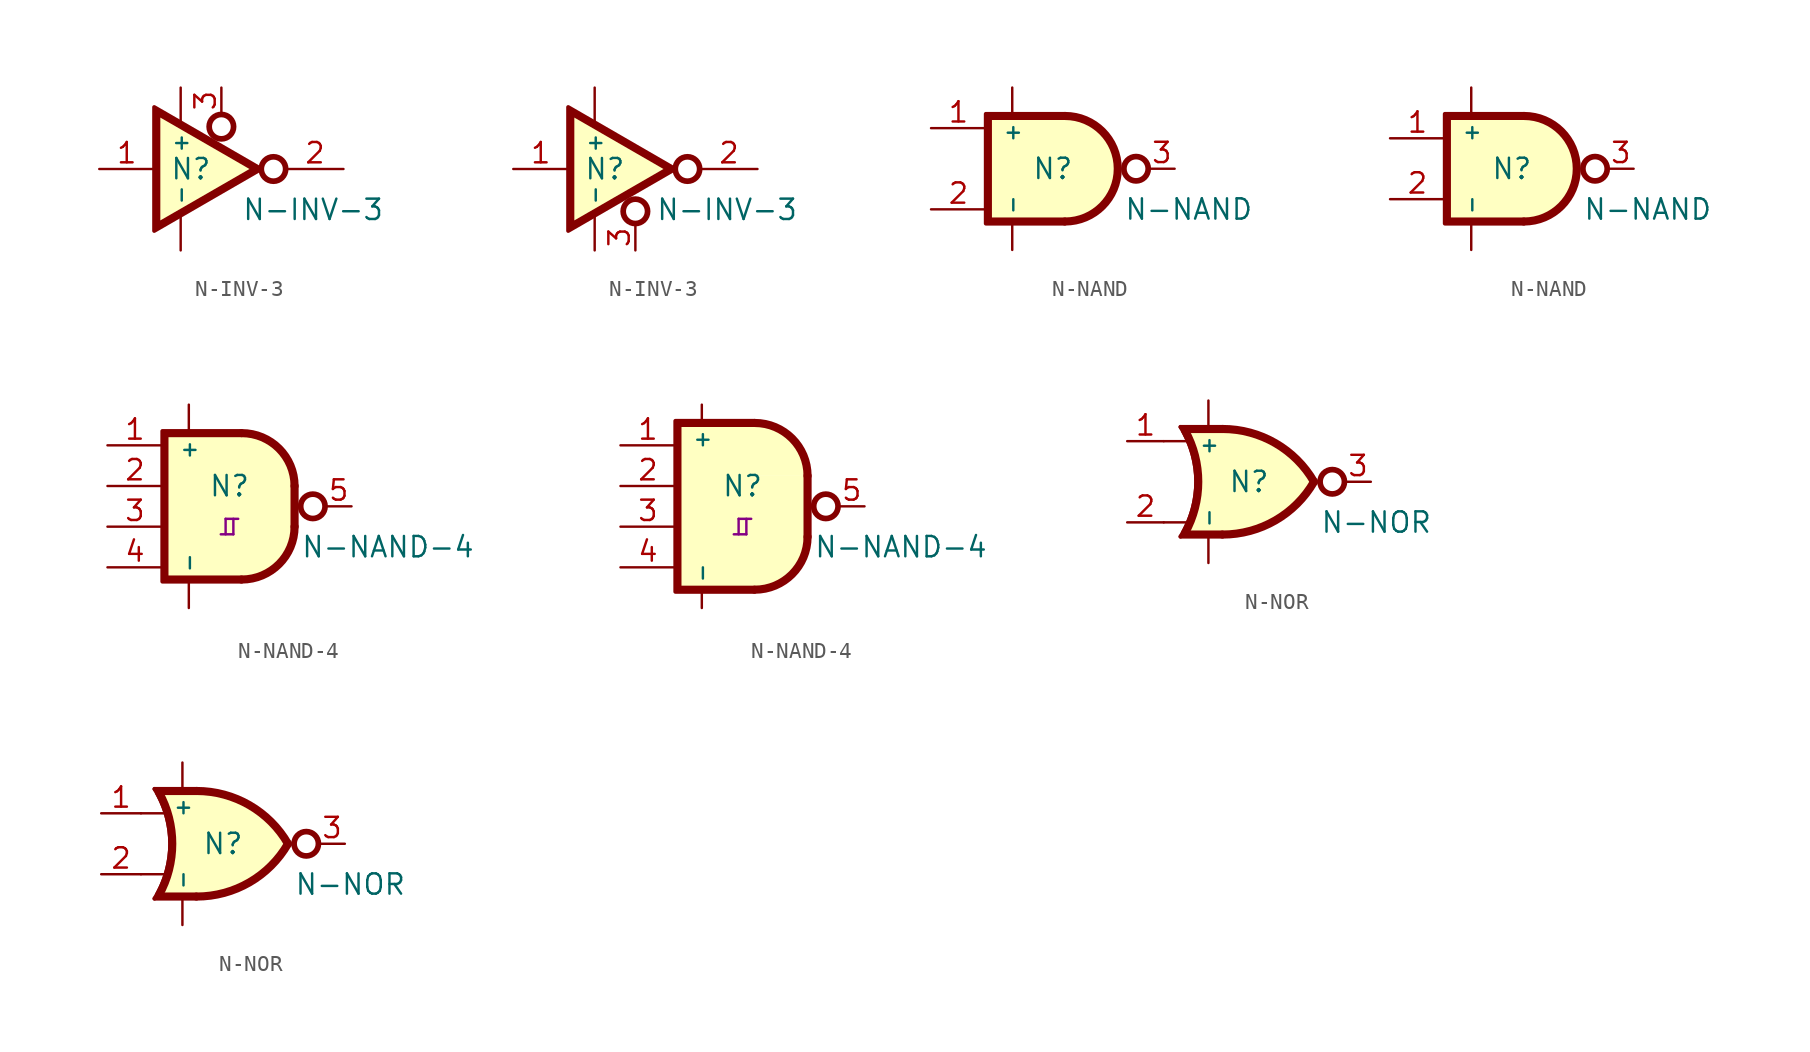
<source format=kicad_sym>
(kicad_symbol_lib
  (version 20211014)
  (generator kicad_symbol_editor)
  (symbol "N-INV-3"
    (pin_names
      (offset 0.635))
    (property "Reference" "N"
      (at -1.905 0 0)
      (effects (font (size 1.27 1.27))))
    (property "Value" "N-INV-3"
      (at 1.27 -2.54 0)
      (effects (font (size 1.27 1.27)) (justify left)))
    (symbol "N-INV-3_1_0"
      (polyline (pts (xy 2.235 0) (xy -4.064 3.632) (xy -4.064 -3.632) (xy 2.235 0)) (stroke (width -0.051) (type default) (color 0 0 0 0)) (fill (type background)))
      (polyline (pts (xy 2.489 0) (xy -4.191 3.861) (xy -4.191 -3.861) (xy 2.489 0) (xy 2.007 0) (xy -3.937 -3.429) (xy -3.937 3.429) (xy 2.007 0) (xy 2.489 0)) (stroke (width 0.254) (type default) (color 0 0 0 0)) (fill (type outline)))
      (circle (center 3.251 0) (radius 0.762) (stroke (width 0.356) (type default) (color 0 0 0 0)) (fill (type none)))
      (pin input line (at -7.62 0 0) (length 3.429) (name "A" (effects (font (size 0 0)))) (number "1" (effects (font (size 1.27 1.27)))))
      (pin tri_state line (at 7.62 0 180) (length 3.556) (name "Y" (effects (font (size 0 0)))) (number "2" (effects (font (size 1.27 1.27)))))
      (pin power_in line (at -2.54 5.08 270) (length 2.159) (name "+" (effects (font (size 0.914 0.914)))) (number "4" (effects (font (size 0 0)))))
      (pin power_in line (at -2.54 -5.08 90) (length 2.159) (name "-" (effects (font (size 0.914 0.914)))) (number "5" (effects (font (size 0 0))))))
    (symbol "N-INV-3_1_1"
      (circle (center 0 2.642) (radius 0.762) (stroke (width 0.356) (type default) (color 0 0 0 0)) (fill (type none)))
      (pin input line (at 0 5.08 270) (length 1.626) (name "EN" (effects (font (size 0 0)))) (number "3" (effects (font (size 1.27 1.27))))))
    (symbol "N-INV-3_1_2"
      (circle (center 0 -2.642) (radius 0.762) (stroke (width 0.356) (type default) (color 0 0 0 0)) (fill (type none)))
      (pin input line (at 0 -5.08 90) (length 1.626) (name "EN" (effects (font (size 0 0)))) (number "3" (effects (font (size 1.27 1.27)))))))
  (symbol "N-NAND"
    (property "Reference" "N"
      (at 0 0 0)
      (effects (font (size 1.27 1.27))))
    (property "Value" "N-NAND"
      (at 4.445 -2.54 0)
      (effects (font (size 1.27 1.27)) (justify left)))
    (symbol "N-NAND_1_0"
      (rectangle (start -4.064 3.302) (end 0.787 -3.302) (stroke (width -0.051) (type default) (color 0 0 0 0)) (fill (type background)))
      (polyline (pts (xy 0.762 3.429) (xy -4.191 3.429) (xy -4.191 -3.429) (xy 0.762 -3.429) (xy 0.762 -3.175) (xy -3.937 -3.175) (xy -3.937 3.175) (xy 0.762 3.175) (xy 0.762 3.429)) (stroke (width 0.254) (type default) (color 0 0 0 0)) (fill (type outline)))
      (arc (start 0.762 -3.302) (mid 4.064 0) (end 0.762 3.302) (stroke (width 0.508) (type default) (color 0 0 0 0)) (fill (type background)))
      (circle (center 5.207 0) (radius 0.762) (stroke (width 0.356) (type default) (color 0 0 0 0)) (fill (type none)))
      (pin output line (at 7.62 0 180) (length 1.6) (name "Y" (effects (font (size 0 0)))) (number "3" (effects (font (size 1.27 1.27)))))
      (pin power_in line (at -2.54 5.08 270) (length 1.651) (name "+" (effects (font (size 0.914 0.914)))) (number "4" (effects (font (size 0 0)))))
      (pin power_in line (at -2.54 -5.08 90) (length 1.651) (name "-" (effects (font (size 0.914 0.914)))) (number "5" (effects (font (size 0 0))))))
    (symbol "N-NAND_1_1"
      (pin input line (at -7.62 2.54 0) (length 3.429) (name "A" (effects (font (size 0 0)))) (number "1" (effects (font (size 1.27 1.27)))))
      (pin input line (at -7.62 -2.54 0) (length 3.429) (name "B" (effects (font (size 0 0)))) (number "2" (effects (font (size 1.27 1.27))))))
    (symbol "N-NAND_1_2"
      (pin input line (at -7.62 1.905 0) (length 3.429) (name "A" (effects (font (size 0 0)))) (number "1" (effects (font (size 1.27 1.27)))))
      (pin input line (at -7.62 -1.905 0) (length 3.429) (name "B" (effects (font (size 0 0)))) (number "2" (effects (font (size 1.27 1.27)))))))
  (symbol "N-NAND-4"
    (property "Reference" "N"
      (at 0 1.27 0)
      (effects (font (size 1.27 1.27))))
    (property "Value" "N-NAND-4"
      (at 4.445 -2.54 0)
      (effects (font (size 1.27 1.27)) (justify left)))
    (property "Indicator" "⎎"
      (at 0 -1.168 0)
      (effects (font (size 1.27 1.27))))
    (symbol "N-NAND-4_1_0"
      (circle (center 5.207 0) (radius 0.762) (stroke (width 0.356) (type default) (color 0 0 0 0)) (fill (type none)))
      (pin input line (at -7.62 3.81 0) (length 3.429) (name "A" (effects (font (size 0 0)))) (number "1" (effects (font (size 1.27 1.27)))))
      (pin input line (at -7.62 1.27 0) (length 3.429) (name "B" (effects (font (size 0 0)))) (number "2" (effects (font (size 1.27 1.27)))))
      (pin input line (at -7.62 -1.27 0) (length 3.429) (name "C" (effects (font (size 0 0)))) (number "3" (effects (font (size 1.27 1.27)))))
      (pin input line (at -7.62 -3.81 0) (length 3.429) (name "D" (effects (font (size 0 0)))) (number "4" (effects (font (size 1.27 1.27)))))
      (pin output line (at 7.62 0 180) (length 1.6) (name "Y" (effects (font (size 0 0)))) (number "5" (effects (font (size 1.27 1.27))))))
    (symbol "N-NAND-4_1_1"
      (rectangle (start -4.064 4.572) (end 0.787 -4.572) (stroke (width -0.051) (type default) (color 0 0 0 0)) (fill (type background)))
      (polyline (pts (xy 4.064 1.27) (xy 4.064 -1.27)) (stroke (width 0.508) (type default) (color 0 0 0 0)) (fill (type none)))
      (polyline (pts (xy 0.762 4.699) (xy -4.191 4.699) (xy -4.191 -4.699) (xy 0.762 -4.699) (xy 0.762 -4.445) (xy -3.937 -4.445) (xy -3.937 4.445) (xy 0.762 4.445) (xy 0.762 4.699)) (stroke (width 0.254) (type default) (color 0 0 0 0)) (fill (type outline)))
      (arc (start 0.762 -4.572) (mid 3.0969 -3.6049) (end 4.064 -1.27) (stroke (width 0.508) (type default) (color 0 0 0 0)) (fill (type background)))
      (rectangle (start 0.762 1.295) (end 4.064 -1.295) (stroke (width -0.051) (type default) (color 0 0 0 0)) (fill (type background)))
      (arc (start 4.064 1.27) (mid 3.0969 3.6049) (end 0.762 4.572) (stroke (width 0.508) (type default) (color 0 0 0 0)) (fill (type background)))
      (pin power_in line (at -2.54 6.35 270) (length 1.651) (name "+" (effects (font (size 0.914 0.914)))) (number "6" (effects (font (size 0 0)))))
      (pin power_in line (at -2.54 -6.35 90) (length 1.651) (name "-" (effects (font (size 0.914 0.914)))) (number "7" (effects (font (size 0 0))))))
    (symbol "N-NAND-4_1_2"
      (rectangle (start -4.064 5.207) (end 0.787 -5.207) (stroke (width -0.051) (type default) (color 0 0 0 0)) (fill (type background)))
      (polyline (pts (xy 4.064 1.905) (xy 4.064 -1.905)) (stroke (width 0.508) (type default) (color 0 0 0 0)) (fill (type none)))
      (polyline (pts (xy 0.762 5.334) (xy -4.191 5.334) (xy -4.191 -5.334) (xy 0.762 -5.334) (xy 0.762 -5.08) (xy -3.937 -5.08) (xy -3.937 5.08) (xy 0.762 5.08) (xy 0.762 5.334)) (stroke (width 0.254) (type default) (color 0 0 0 0)) (fill (type outline)))
      (arc (start 0.762 -5.207) (mid 3.0969 -4.2399) (end 4.064 -1.905) (stroke (width 0.508) (type default) (color 0 0 0 0)) (fill (type background)))
      (rectangle (start 0.762 1.93) (end 4.064 -1.93) (stroke (width -0.051) (type default) (color 0 0 0 0)) (fill (type background)))
      (arc (start 4.064 1.905) (mid 3.0969 4.2399) (end 0.762 5.207) (stroke (width 0.508) (type default) (color 0 0 0 0)) (fill (type background)))
      (pin power_in line (at -2.54 6.35 270) (length 1.016) (name "+" (effects (font (size 0.914 0.914)))) (number "6" (effects (font (size 0 0)))))
      (pin power_in line (at -2.54 -6.35 90) (length 1.016) (name "-" (effects (font (size 0.914 0.914)))) (number "7" (effects (font (size 0 0))))))
    (symbol "N-NAND-4_1_3"
      (rectangle (start -4.064 3.302) (end 0.787 -3.302) (stroke (width -0.051) (type default) (color 0 0 0 0)) (fill (type background)))
      (polyline (pts (xy 0.762 3.429) (xy -3.937 3.429) (xy -3.937 4.699) (xy -4.191 4.699) (xy -4.191 -4.699) (xy -3.937 -4.699) (xy -3.937 -3.429) (xy 0.762 -3.429) (xy 0.762 -3.175) (xy -3.937 -3.175) (xy -3.937 3.175) (xy 0.762 3.175) (xy 0.762 3.429)) (stroke (width 0.254) (type default) (color 0 0 0 0)) (fill (type outline)))
      (arc (start 0.762 -3.302) (mid 4.064 0) (end 0.762 3.302) (stroke (width 0.508) (type default) (color 0 0 0 0)) (fill (type background)))
      (pin power_in line (at -2.54 6.35 270) (length 2.921) (name "+" (effects (font (size 0.914 0.914)))) (number "4" (effects (font (size 0 0)))))
      (pin power_in line (at -2.54 -6.35 90) (length 2.921) (name "-" (effects (font (size 0.914 0.914)))) (number "5" (effects (font (size 0 0))))))
    (symbol "N-NAND-4_1_4"
      (rectangle (start -4.064 3.302) (end 0.787 -3.302) (stroke (width -0.051) (type default) (color 0 0 0 0)) (fill (type background)))
      (polyline (pts (xy 0.762 3.429) (xy -3.937 3.429) (xy -3.937 5.334) (xy -4.191 5.334) (xy -4.191 -5.334) (xy -3.937 -5.334) (xy -3.937 -3.429) (xy 0.762 -3.429) (xy 0.762 -3.175) (xy -3.937 -3.175) (xy -3.937 3.175) (xy 0.762 3.175) (xy 0.762 3.429)) (stroke (width 0.254) (type default) (color 0 0 0 0)) (fill (type outline)))
      (arc (start 0.762 -3.302) (mid 4.064 0) (end 0.762 3.302) (stroke (width 0.508) (type default) (color 0 0 0 0)) (fill (type background)))
      (pin power_in line (at -2.54 6.35 270) (length 2.921) (name "+" (effects (font (size 0.914 0.914)))) (number "4" (effects (font (size 0 0)))))
      (pin power_in line (at -2.54 -6.35 90) (length 2.921) (name "-" (effects (font (size 0.914 0.914)))) (number "5" (effects (font (size 0 0)))))))
  (symbol "N-NOR"
    (property "Reference" "N"
      (at 0 0 0)
      (effects (font (size 1.27 1.27))))
    (property "Value" "N-NOR"
      (at 4.445 -2.54 0)
      (effects (font (size 1.27 1.27)) (justify left)))
    (symbol "N-NOR_1_0"
      (arc (start -4.2841 -3.429) (mid -3.302 0) (end -4.2841 3.429) (stroke (width 0.254) (type default) (color 0 0 0 0)) (fill (type none)))
      (arc (start -4.003 -3.2017) (mid -3.175 0) (end -4.003 3.2017) (stroke (width 0.508) (type default) (color 0 0 0 0)) (fill (type none)))
      (arc (start -1.6552 -3.302) (mid 1.6468 -2.4172) (end 4.064 0) (stroke (width 0.508) (type default) (color 0 0 0 0)) (fill (type background)))
      (polyline (pts (xy -4.284 -3.429) (xy -1.655 -3.429) (xy -1.655 -3.175) (xy -4.013 -3.175) (xy -4.284 -3.429)) (stroke (width 0.254) (type default) (color 0 0 0 0)) (fill (type outline)))
      (polyline (pts (xy -4.284 3.429) (xy -1.655 3.429) (xy -1.655 3.175) (xy -4.013 3.175) (xy -4.284 3.429)) (stroke (width 0.254) (type default) (color 0 0 0 0)) (fill (type outline)))
      (polyline (pts (xy -1.626 3.302) (xy -4.064 3.302) (xy -3.683 2.54) (xy -3.302 1.27) (xy -3.175 0) (xy -3.302 -1.27) (xy -3.683 -2.54) (xy -4.064 -3.302) (xy -1.626 -3.302) (xy -1.626 3.302)) (stroke (width -0.051) (type default) (color 0 0 0 0)) (fill (type background)))
      (arc (start 4.064 0) (mid 1.6468 2.4172) (end -1.6552 3.302) (stroke (width 0.508) (type default) (color 0 0 0 0)) (fill (type background)))
      (circle (center 5.207 0) (radius 0.762) (stroke (width 0.356) (type default) (color 0 0 0 0)) (fill (type none)))
      (pin output line (at 7.62 0 180) (length 1.6) (name "Y" (effects (font (size 0 0)))) (number "3" (effects (font (size 1.27 1.27)))))
      (pin power_in line (at -2.54 5.08 270) (length 1.651) (name "+" (effects (font (size 0.914 0.914)))) (number "4" (effects (font (size 0 0)))))
      (pin power_in line (at -2.54 -5.08 90) (length 1.651) (name "-" (effects (font (size 0.914 0.914)))) (number "5" (effects (font (size 0 0))))))
    (symbol "N-NOR_1_1"
      (polyline (pts (xy -5.334 -2.54) (xy -3.81 -2.54)) (stroke (width 0) (type default) (color 0 0 0 0)) (fill (type none)))
      (polyline (pts (xy -5.334 2.54) (xy -3.81 2.54)) (stroke (width 0) (type default) (color 0 0 0 0)) (fill (type none)))
      (pin input line (at -7.62 2.54 0) (length 2.286) (name "A" (effects (font (size 0 0)))) (number "1" (effects (font (size 1.27 1.27)))))
      (pin input line (at -7.62 -2.54 0) (length 2.286) (name "B" (effects (font (size 0 0)))) (number "2" (effects (font (size 1.27 1.27))))))
    (symbol "N-NOR_1_2"
      (polyline (pts (xy -5.131 -1.905) (xy -3.607 -1.905)) (stroke (width 0) (type default) (color 0 0 0 0)) (fill (type none)))
      (polyline (pts (xy -5.131 1.905) (xy -3.607 1.905)) (stroke (width 0) (type default) (color 0 0 0 0)) (fill (type none)))
      (pin input line (at -7.62 1.905 0) (length 2.489) (name "A" (effects (font (size 0 0)))) (number "1" (effects (font (size 1.27 1.27)))))
      (pin input line (at -7.62 -1.905 0) (length 2.489) (name "B" (effects (font (size 0 0)))) (number "2" (effects (font (size 1.27 1.27))))))))
</source>
